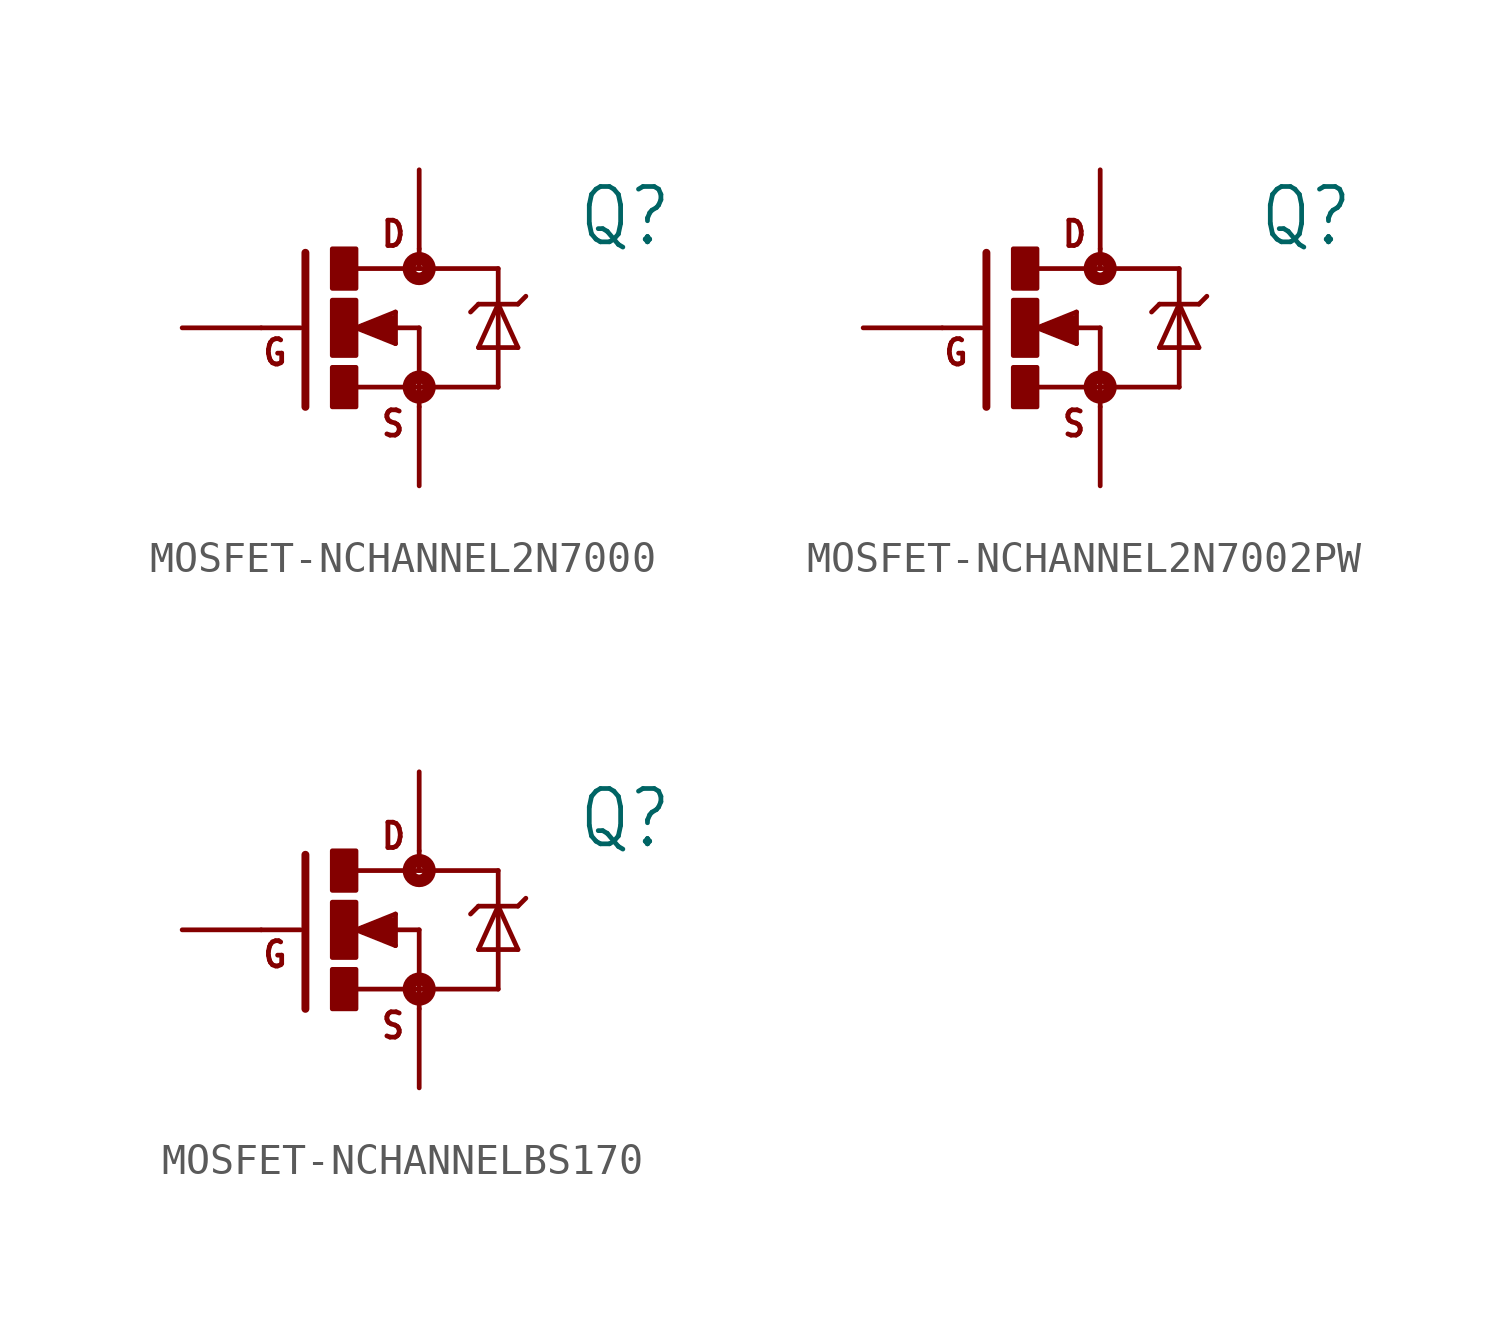
<source format=kicad_sym>
(kicad_symbol_lib
  (version 20241209)
  (generator "kicad_symbol_editor")
  (generator_version "9.0")
  (symbol "MOSFET-NCHANNEL2N7000"
    (property "Reference" "Q"
      (at 5.08 2.54 0)
      (effects (font (size 1.778 1.511)) (justify left bottom)))
    (property "Value" ""
      (at 5.08 0 0)
      (effects (font (size 1.778 1.511)) (justify left bottom)))
    (property "ki_locked" ""
      (at 0 0 0)
      (effects (font (size 1.27 1.27))))
    (symbol "MOSFET-NCHANNEL2N7000_1_0"
      (polyline (pts (xy -3.81 0) (xy -5.08 0)) (stroke (width 0.152) (type solid)) (fill (type none)))
      (polyline (pts (xy -3.658 2.413) (xy -3.658 -2.54)) (stroke (width 0.254) (type solid)) (fill (type none)))
      (rectangle (start -2.794 1.27) (end -2.032 2.54) (stroke (width 0) (type default)) (fill (type outline)))
      (rectangle (start -2.794 -0.889) (end -2.032 0.889) (stroke (width 0) (type default)) (fill (type outline)))
      (rectangle (start -2.794 -2.54) (end -2.032 -1.27) (stroke (width 0) (type default)) (fill (type outline)))
      (polyline (pts (xy -2.032 0) (xy -0.762 -0.508)) (stroke (width 0.152) (type solid)) (fill (type none)))
      (polyline (pts (xy -2.032 -1.905) (xy 0 -1.905)) (stroke (width 0.152) (type solid)) (fill (type none)))
      (polyline (pts (xy -1.778 0) (xy -0.889 -0.254)) (stroke (width 0.305) (type solid)) (fill (type none)))
      (polyline (pts (xy -0.889 0.254) (xy -1.778 0)) (stroke (width 0.305) (type solid)) (fill (type none)))
      (polyline (pts (xy -0.889 0) (xy -1.143 0)) (stroke (width 0.305) (type solid)) (fill (type none)))
      (polyline (pts (xy -0.889 0) (xy 0 0)) (stroke (width 0.152) (type solid)) (fill (type none)))
      (polyline (pts (xy -0.889 -0.254) (xy -0.889 0)) (stroke (width 0.305) (type solid)) (fill (type none)))
      (polyline (pts (xy -0.762 0.508) (xy -2.032 0)) (stroke (width 0.152) (type solid)) (fill (type none)))
      (polyline (pts (xy -0.762 -0.508) (xy -0.762 0.508)) (stroke (width 0.152) (type solid)) (fill (type none)))
      (polyline (pts (xy 0 2.54) (xy 0 1.905)) (stroke (width 0.152) (type solid)) (fill (type none)))
      (circle (center 0 1.905) (radius 0.127) (stroke (width 0.406) (type solid)) (fill (type none)))
      (polyline (pts (xy 0 1.905) (xy -2.007 1.905)) (stroke (width 0.152) (type solid)) (fill (type none)))
      (polyline (pts (xy 0 1.905) (xy 2.54 1.905)) (stroke (width 0.152) (type solid)) (fill (type none)))
      (polyline (pts (xy 0 0) (xy 0 -1.905)) (stroke (width 0.152) (type solid)) (fill (type none)))
      (polyline (pts (xy 0 -1.905) (xy 0 -2.54)) (stroke (width 0.152) (type solid)) (fill (type none)))
      (circle (center 0 -1.905) (radius 0.127) (stroke (width 0.406) (type solid)) (fill (type none)))
      (polyline (pts (xy 1.905 0.762) (xy 1.651 0.508)) (stroke (width 0.152) (type solid)) (fill (type none)))
      (polyline (pts (xy 1.905 0.762) (xy 2.54 0.762)) (stroke (width 0.152) (type solid)) (fill (type none)))
      (polyline (pts (xy 1.905 -0.635) (xy 3.175 -0.635)) (stroke (width 0.152) (type solid)) (fill (type none)))
      (polyline (pts (xy 2.54 1.905) (xy 2.54 0.762)) (stroke (width 0.152) (type solid)) (fill (type none)))
      (polyline (pts (xy 2.54 0.762) (xy 1.905 -0.635)) (stroke (width 0.152) (type solid)) (fill (type none)))
      (polyline (pts (xy 2.54 0.762) (xy 2.54 -1.905)) (stroke (width 0.152) (type solid)) (fill (type none)))
      (polyline (pts (xy 2.54 0.762) (xy 3.175 0.762)) (stroke (width 0.152) (type solid)) (fill (type none)))
      (polyline (pts (xy 2.54 -1.905) (xy 0 -1.905)) (stroke (width 0.152) (type solid)) (fill (type none)))
      (polyline (pts (xy 3.175 0.762) (xy 3.429 1.016)) (stroke (width 0.152) (type solid)) (fill (type none)))
      (polyline (pts (xy 3.175 -0.635) (xy 2.54 0.762)) (stroke (width 0.152) (type solid)) (fill (type none)))
      (text "G" (at -5.08 -1.27 0) (effects (font (size 0.813 0.691)) (justify left bottom)))
      (text "D" (at -1.27 2.54 0) (effects (font (size 0.813 0.691)) (justify left bottom)))
      (text "S" (at -1.27 -3.556 0) (effects (font (size 0.813 0.691)) (justify left bottom)))
      (pin passive line (at -7.62 0 0) (length 2.54) (name "G" (effects (font (size 0 0)))) (number "2" (effects (font (size 0 0)))))
      (pin passive line (at 0 5.08 270) (length 2.54) (name "D" (effects (font (size 0 0)))) (number "3" (effects (font (size 0 0)))))
      (pin passive line (at 0 -5.08 90) (length 2.54) (name "S" (effects (font (size 0 0)))) (number "1" (effects (font (size 0 0)))))))
  (symbol "MOSFET-NCHANNEL2N7002PW"
    (property "Reference" "Q"
      (at 5.08 2.54 0)
      (effects (font (size 1.778 1.511)) (justify left bottom)))
    (property "Value" ""
      (at 5.08 0 0)
      (effects (font (size 1.778 1.511)) (justify left bottom)))
    (property "ki_locked" ""
      (at 0 0 0)
      (effects (font (size 1.27 1.27))))
    (symbol "MOSFET-NCHANNEL2N7002PW_1_0"
      (polyline (pts (xy -3.81 0) (xy -5.08 0)) (stroke (width 0.152) (type solid)) (fill (type none)))
      (polyline (pts (xy -3.658 2.413) (xy -3.658 -2.54)) (stroke (width 0.254) (type solid)) (fill (type none)))
      (rectangle (start -2.794 1.27) (end -2.032 2.54) (stroke (width 0) (type default)) (fill (type outline)))
      (rectangle (start -2.794 -0.889) (end -2.032 0.889) (stroke (width 0) (type default)) (fill (type outline)))
      (rectangle (start -2.794 -2.54) (end -2.032 -1.27) (stroke (width 0) (type default)) (fill (type outline)))
      (polyline (pts (xy -2.032 0) (xy -0.762 -0.508)) (stroke (width 0.152) (type solid)) (fill (type none)))
      (polyline (pts (xy -2.032 -1.905) (xy 0 -1.905)) (stroke (width 0.152) (type solid)) (fill (type none)))
      (polyline (pts (xy -1.778 0) (xy -0.889 -0.254)) (stroke (width 0.305) (type solid)) (fill (type none)))
      (polyline (pts (xy -0.889 0.254) (xy -1.778 0)) (stroke (width 0.305) (type solid)) (fill (type none)))
      (polyline (pts (xy -0.889 0) (xy -1.143 0)) (stroke (width 0.305) (type solid)) (fill (type none)))
      (polyline (pts (xy -0.889 0) (xy 0 0)) (stroke (width 0.152) (type solid)) (fill (type none)))
      (polyline (pts (xy -0.889 -0.254) (xy -0.889 0)) (stroke (width 0.305) (type solid)) (fill (type none)))
      (polyline (pts (xy -0.762 0.508) (xy -2.032 0)) (stroke (width 0.152) (type solid)) (fill (type none)))
      (polyline (pts (xy -0.762 -0.508) (xy -0.762 0.508)) (stroke (width 0.152) (type solid)) (fill (type none)))
      (polyline (pts (xy 0 2.54) (xy 0 1.905)) (stroke (width 0.152) (type solid)) (fill (type none)))
      (circle (center 0 1.905) (radius 0.127) (stroke (width 0.406) (type solid)) (fill (type none)))
      (polyline (pts (xy 0 1.905) (xy -2.007 1.905)) (stroke (width 0.152) (type solid)) (fill (type none)))
      (polyline (pts (xy 0 1.905) (xy 2.54 1.905)) (stroke (width 0.152) (type solid)) (fill (type none)))
      (polyline (pts (xy 0 0) (xy 0 -1.905)) (stroke (width 0.152) (type solid)) (fill (type none)))
      (polyline (pts (xy 0 -1.905) (xy 0 -2.54)) (stroke (width 0.152) (type solid)) (fill (type none)))
      (circle (center 0 -1.905) (radius 0.127) (stroke (width 0.406) (type solid)) (fill (type none)))
      (polyline (pts (xy 1.905 0.762) (xy 1.651 0.508)) (stroke (width 0.152) (type solid)) (fill (type none)))
      (polyline (pts (xy 1.905 0.762) (xy 2.54 0.762)) (stroke (width 0.152) (type solid)) (fill (type none)))
      (polyline (pts (xy 1.905 -0.635) (xy 3.175 -0.635)) (stroke (width 0.152) (type solid)) (fill (type none)))
      (polyline (pts (xy 2.54 1.905) (xy 2.54 0.762)) (stroke (width 0.152) (type solid)) (fill (type none)))
      (polyline (pts (xy 2.54 0.762) (xy 1.905 -0.635)) (stroke (width 0.152) (type solid)) (fill (type none)))
      (polyline (pts (xy 2.54 0.762) (xy 2.54 -1.905)) (stroke (width 0.152) (type solid)) (fill (type none)))
      (polyline (pts (xy 2.54 0.762) (xy 3.175 0.762)) (stroke (width 0.152) (type solid)) (fill (type none)))
      (polyline (pts (xy 2.54 -1.905) (xy 0 -1.905)) (stroke (width 0.152) (type solid)) (fill (type none)))
      (polyline (pts (xy 3.175 0.762) (xy 3.429 1.016)) (stroke (width 0.152) (type solid)) (fill (type none)))
      (polyline (pts (xy 3.175 -0.635) (xy 2.54 0.762)) (stroke (width 0.152) (type solid)) (fill (type none)))
      (text "G" (at -5.08 -1.27 0) (effects (font (size 0.813 0.691)) (justify left bottom)))
      (text "D" (at -1.27 2.54 0) (effects (font (size 0.813 0.691)) (justify left bottom)))
      (text "S" (at -1.27 -3.556 0) (effects (font (size 0.813 0.691)) (justify left bottom)))
      (pin passive line (at -7.62 0 0) (length 2.54) (name "G" (effects (font (size 0 0)))) (number "1" (effects (font (size 0 0)))))
      (pin passive line (at 0 5.08 270) (length 2.54) (name "D" (effects (font (size 0 0)))) (number "3" (effects (font (size 0 0)))))
      (pin passive line (at 0 -5.08 90) (length 2.54) (name "S" (effects (font (size 0 0)))) (number "2" (effects (font (size 0 0)))))))
  (symbol "MOSFET-NCHANNELBS170"
    (property "Reference" "Q"
      (at 5.08 2.54 0)
      (effects (font (size 1.778 1.511)) (justify left bottom)))
    (property "Value" ""
      (at 5.08 0 0)
      (effects (font (size 1.778 1.511)) (justify left bottom)))
    (property "ki_locked" ""
      (at 0 0 0)
      (effects (font (size 1.27 1.27))))
    (symbol "MOSFET-NCHANNELBS170_1_0"
      (polyline (pts (xy -3.81 0) (xy -5.08 0)) (stroke (width 0.152) (type solid)) (fill (type none)))
      (polyline (pts (xy -3.658 2.413) (xy -3.658 -2.54)) (stroke (width 0.254) (type solid)) (fill (type none)))
      (rectangle (start -2.794 1.27) (end -2.032 2.54) (stroke (width 0) (type default)) (fill (type outline)))
      (rectangle (start -2.794 -0.889) (end -2.032 0.889) (stroke (width 0) (type default)) (fill (type outline)))
      (rectangle (start -2.794 -2.54) (end -2.032 -1.27) (stroke (width 0) (type default)) (fill (type outline)))
      (polyline (pts (xy -2.032 0) (xy -0.762 -0.508)) (stroke (width 0.152) (type solid)) (fill (type none)))
      (polyline (pts (xy -2.032 -1.905) (xy 0 -1.905)) (stroke (width 0.152) (type solid)) (fill (type none)))
      (polyline (pts (xy -1.778 0) (xy -0.889 -0.254)) (stroke (width 0.305) (type solid)) (fill (type none)))
      (polyline (pts (xy -0.889 0.254) (xy -1.778 0)) (stroke (width 0.305) (type solid)) (fill (type none)))
      (polyline (pts (xy -0.889 0) (xy -1.143 0)) (stroke (width 0.305) (type solid)) (fill (type none)))
      (polyline (pts (xy -0.889 0) (xy 0 0)) (stroke (width 0.152) (type solid)) (fill (type none)))
      (polyline (pts (xy -0.889 -0.254) (xy -0.889 0)) (stroke (width 0.305) (type solid)) (fill (type none)))
      (polyline (pts (xy -0.762 0.508) (xy -2.032 0)) (stroke (width 0.152) (type solid)) (fill (type none)))
      (polyline (pts (xy -0.762 -0.508) (xy -0.762 0.508)) (stroke (width 0.152) (type solid)) (fill (type none)))
      (polyline (pts (xy 0 2.54) (xy 0 1.905)) (stroke (width 0.152) (type solid)) (fill (type none)))
      (circle (center 0 1.905) (radius 0.127) (stroke (width 0.406) (type solid)) (fill (type none)))
      (polyline (pts (xy 0 1.905) (xy -2.007 1.905)) (stroke (width 0.152) (type solid)) (fill (type none)))
      (polyline (pts (xy 0 1.905) (xy 2.54 1.905)) (stroke (width 0.152) (type solid)) (fill (type none)))
      (polyline (pts (xy 0 0) (xy 0 -1.905)) (stroke (width 0.152) (type solid)) (fill (type none)))
      (polyline (pts (xy 0 -1.905) (xy 0 -2.54)) (stroke (width 0.152) (type solid)) (fill (type none)))
      (circle (center 0 -1.905) (radius 0.127) (stroke (width 0.406) (type solid)) (fill (type none)))
      (polyline (pts (xy 1.905 0.762) (xy 1.651 0.508)) (stroke (width 0.152) (type solid)) (fill (type none)))
      (polyline (pts (xy 1.905 0.762) (xy 2.54 0.762)) (stroke (width 0.152) (type solid)) (fill (type none)))
      (polyline (pts (xy 1.905 -0.635) (xy 3.175 -0.635)) (stroke (width 0.152) (type solid)) (fill (type none)))
      (polyline (pts (xy 2.54 1.905) (xy 2.54 0.762)) (stroke (width 0.152) (type solid)) (fill (type none)))
      (polyline (pts (xy 2.54 0.762) (xy 1.905 -0.635)) (stroke (width 0.152) (type solid)) (fill (type none)))
      (polyline (pts (xy 2.54 0.762) (xy 2.54 -1.905)) (stroke (width 0.152) (type solid)) (fill (type none)))
      (polyline (pts (xy 2.54 0.762) (xy 3.175 0.762)) (stroke (width 0.152) (type solid)) (fill (type none)))
      (polyline (pts (xy 2.54 -1.905) (xy 0 -1.905)) (stroke (width 0.152) (type solid)) (fill (type none)))
      (polyline (pts (xy 3.175 0.762) (xy 3.429 1.016)) (stroke (width 0.152) (type solid)) (fill (type none)))
      (polyline (pts (xy 3.175 -0.635) (xy 2.54 0.762)) (stroke (width 0.152) (type solid)) (fill (type none)))
      (text "G" (at -5.08 -1.27 0) (effects (font (size 0.813 0.691)) (justify left bottom)))
      (text "D" (at -1.27 2.54 0) (effects (font (size 0.813 0.691)) (justify left bottom)))
      (text "S" (at -1.27 -3.556 0) (effects (font (size 0.813 0.691)) (justify left bottom)))
      (pin passive line (at -7.62 0 0) (length 2.54) (name "G" (effects (font (size 0 0)))) (number "2" (effects (font (size 0 0)))))
      (pin passive line (at 0 5.08 270) (length 2.54) (name "D" (effects (font (size 0 0)))) (number "1" (effects (font (size 0 0)))))
      (pin passive line (at 0 -5.08 90) (length 2.54) (name "S" (effects (font (size 0 0)))) (number "3" (effects (font (size 0 0))))))))
</source>
